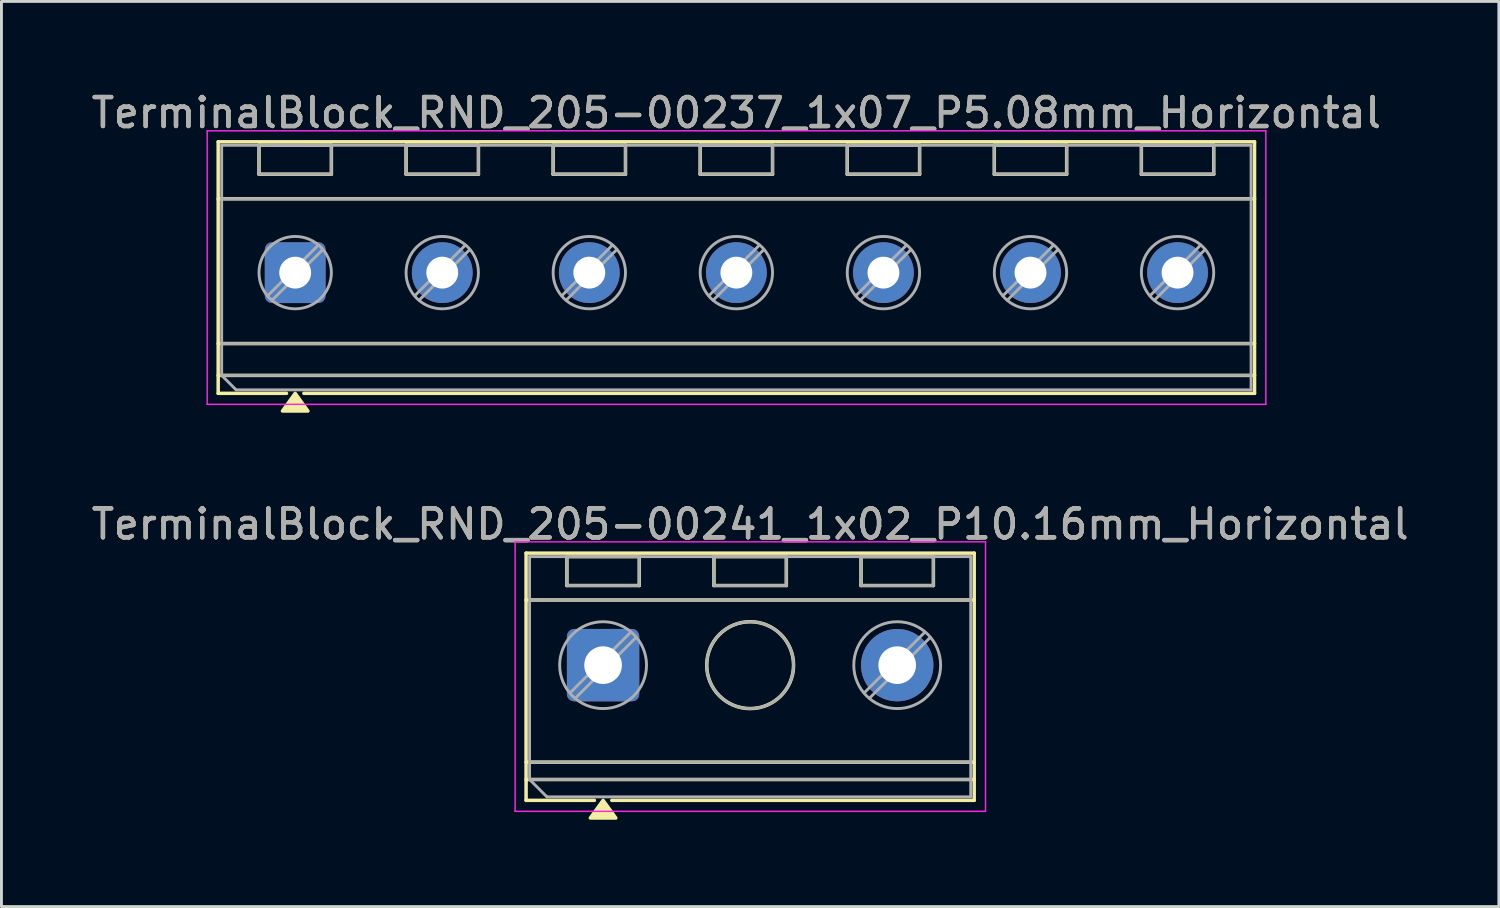
<source format=kicad_pcb>
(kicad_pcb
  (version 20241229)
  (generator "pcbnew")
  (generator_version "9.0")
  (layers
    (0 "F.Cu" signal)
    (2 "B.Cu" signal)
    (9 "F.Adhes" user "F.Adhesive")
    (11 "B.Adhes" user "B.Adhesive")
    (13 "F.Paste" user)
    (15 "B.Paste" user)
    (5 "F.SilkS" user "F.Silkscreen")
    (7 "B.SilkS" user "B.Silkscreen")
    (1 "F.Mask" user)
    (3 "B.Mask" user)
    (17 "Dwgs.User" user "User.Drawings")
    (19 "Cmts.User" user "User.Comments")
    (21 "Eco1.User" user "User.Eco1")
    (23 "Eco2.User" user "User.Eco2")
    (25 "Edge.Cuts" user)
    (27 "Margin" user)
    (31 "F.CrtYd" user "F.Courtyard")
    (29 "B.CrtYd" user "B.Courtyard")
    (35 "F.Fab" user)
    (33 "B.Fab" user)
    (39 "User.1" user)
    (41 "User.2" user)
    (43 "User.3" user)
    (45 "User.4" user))
  (footprint "TerminalBlock_RND_205-00241_1x02_P10.16mm_Horizontal"
    (layer "F.Cu")
    (at 17.783 19.927)
    (property "Reference" "TerminalBlock_RND_205-00241_1x02_P10.16mm_Horizontal" (at 5.08 -4.87 0) (layer "F.SilkS") (effects (font (size 1 1) (thickness 0.15))))
    (attr through_hole)
    (fp_line (start -2.66 -3.87) (end -2.66 4.67) (stroke (width 0.12) (type solid)) (layer "F.SilkS"))
    (fp_line (start -2.66 -3.87) (end 12.82 -3.87) (stroke (width 0.12) (type solid)) (layer "F.SilkS"))
    (fp_line (start -2.66 -2.25) (end 12.82 -2.25) (stroke (width 0.12) (type solid)) (layer "F.SilkS"))
    (fp_line (start -2.66 3.35) (end 12.82 3.35) (stroke (width 0.12) (type solid)) (layer "F.SilkS"))
    (fp_line (start -2.66 3.95) (end 12.82 3.95) (stroke (width 0.12) (type solid)) (layer "F.SilkS"))
    (fp_line (start -2.66 4.67) (end -0.3 4.67) (stroke (width 0.12) (type solid)) (layer "F.SilkS"))
    (fp_line (start -1.25 -3.75) (end -1.25 -2.75) (stroke (width 0.12) (type solid)) (layer "F.SilkS"))
    (fp_line (start -1.25 -3.75) (end 1.25 -3.75) (stroke (width 0.12) (type solid)) (layer "F.SilkS"))
    (fp_line (start -1.25 -2.75) (end 1.25 -2.75) (stroke (width 0.12) (type solid)) (layer "F.SilkS"))
    (fp_line (start 0.3 4.67) (end 12.82 4.67) (stroke (width 0.12) (type solid)) (layer "F.SilkS"))
    (fp_line (start 1.25 -3.75) (end 1.25 -2.75) (stroke (width 0.12) (type solid)) (layer "F.SilkS"))
    (fp_line (start 3.83 -3.75) (end 3.83 -2.75) (stroke (width 0.12) (type solid)) (layer "F.SilkS"))
    (fp_line (start 3.83 -3.75) (end 6.33 -3.75) (stroke (width 0.12) (type solid)) (layer "F.SilkS"))
    (fp_line (start 3.83 -2.75) (end 6.33 -2.75) (stroke (width 0.12) (type solid)) (layer "F.SilkS"))
    (fp_line (start 6.33 -3.75) (end 6.33 -2.75) (stroke (width 0.12) (type solid)) (layer "F.SilkS"))
    (fp_line (start 8.91 -3.75) (end 8.91 -2.75) (stroke (width 0.12) (type solid)) (layer "F.SilkS"))
    (fp_line (start 8.91 -3.75) (end 11.41 -3.75) (stroke (width 0.12) (type solid)) (layer "F.SilkS"))
    (fp_line (start 8.91 -2.75) (end 11.41 -2.75) (stroke (width 0.12) (type solid)) (layer "F.SilkS"))
    (fp_line (start 11.41 -3.75) (end 11.41 -2.75) (stroke (width 0.12) (type solid)) (layer "F.SilkS"))
    (fp_line (start 12.82 -3.87) (end 12.82 4.67) (stroke (width 0.12) (type solid)) (layer "F.SilkS"))
    (fp_circle (center 5.08 0) (end 6.58 0) (stroke (width 0.12) (type solid)) (fill no) (layer "F.SilkS"))
    (fp_poly (pts (xy 0 4.67) (xy 0.44 5.28) (xy -0.44 5.28)) (stroke (width 0.12) (type solid)) (fill yes) (layer "F.SilkS"))
    (fp_line (start -3.04 -4.26) (end -3.04 5.05) (stroke (width 0.05) (type solid)) (layer "F.CrtYd"))
    (fp_line (start -3.04 5.05) (end 13.21 5.05) (stroke (width 0.05) (type solid)) (layer "F.CrtYd"))
    (fp_line (start 13.21 -4.26) (end -3.04 -4.26) (stroke (width 0.05) (type solid)) (layer "F.CrtYd"))
    (fp_line (start 13.21 5.05) (end 13.21 -4.26) (stroke (width 0.05) (type solid)) (layer "F.CrtYd"))
    (fp_line (start -2.54 -3.75) (end 12.7 -3.75) (stroke (width 0.1) (type solid)) (layer "F.Fab"))
    (fp_line (start -2.54 -2.25) (end 12.7 -2.25) (stroke (width 0.1) (type solid)) (layer "F.Fab"))
    (fp_line (start -2.54 3.35) (end 12.7 3.35) (stroke (width 0.1) (type solid)) (layer "F.Fab"))
    (fp_line (start -2.54 3.95) (end -2.54 -3.75) (stroke (width 0.1) (type solid)) (layer "F.Fab"))
    (fp_line (start -2.54 3.95) (end 12.7 3.95) (stroke (width 0.1) (type solid)) (layer "F.Fab"))
    (fp_line (start -1.94 4.55) (end -2.54 3.95) (stroke (width 0.1) (type solid)) (layer "F.Fab"))
    (fp_line (start -1.25 -3.75) (end -1.25 -2.75) (stroke (width 0.1) (type solid)) (layer "F.Fab"))
    (fp_line (start -1.25 -2.75) (end 1.25 -2.75) (stroke (width 0.1) (type solid)) (layer "F.Fab"))
    (fp_line (start 0.955 -1.138) (end -1.138 0.955) (stroke (width 0.1) (type solid)) (layer "F.Fab"))
    (fp_line (start 1.138 -0.955) (end -0.955 1.138) (stroke (width 0.1) (type solid)) (layer "F.Fab"))
    (fp_line (start 1.25 -3.75) (end -1.25 -3.75) (stroke (width 0.1) (type solid)) (layer "F.Fab"))
    (fp_line (start 1.25 -2.75) (end 1.25 -3.75) (stroke (width 0.1) (type solid)) (layer "F.Fab"))
    (fp_line (start 3.83 -3.75) (end 3.83 -2.75) (stroke (width 0.1) (type solid)) (layer "F.Fab"))
    (fp_line (start 3.83 -2.75) (end 6.33 -2.75) (stroke (width 0.1) (type solid)) (layer "F.Fab"))
    (fp_line (start 6.33 -3.75) (end 3.83 -3.75) (stroke (width 0.1) (type solid)) (layer "F.Fab"))
    (fp_line (start 6.33 -2.75) (end 6.33 -3.75) (stroke (width 0.1) (type solid)) (layer "F.Fab"))
    (fp_line (start 8.91 -3.75) (end 8.91 -2.75) (stroke (width 0.1) (type solid)) (layer "F.Fab"))
    (fp_line (start 8.91 -2.75) (end 11.41 -2.75) (stroke (width 0.1) (type solid)) (layer "F.Fab"))
    (fp_line (start 11.115 -1.138) (end 9.022 0.955) (stroke (width 0.1) (type solid)) (layer "F.Fab"))
    (fp_line (start 11.298 -0.955) (end 9.205 1.138) (stroke (width 0.1) (type solid)) (layer "F.Fab"))
    (fp_line (start 11.41 -3.75) (end 8.91 -3.75) (stroke (width 0.1) (type solid)) (layer "F.Fab"))
    (fp_line (start 11.41 -2.75) (end 11.41 -3.75) (stroke (width 0.1) (type solid)) (layer "F.Fab"))
    (fp_line (start 12.7 -3.75) (end 12.7 4.55) (stroke (width 0.1) (type solid)) (layer "F.Fab"))
    (fp_line (start 12.7 4.55) (end -1.94 4.55) (stroke (width 0.1) (type solid)) (layer "F.Fab"))
    (fp_circle (center 0 0) (end 1.5 0) (stroke (width 0.1) (type solid)) (fill no) (layer "F.Fab"))
    (fp_circle (center 5.08 0) (end 6.58 0) (stroke (width 0.1) (type solid)) (fill no) (layer "F.Fab"))
    (fp_circle (center 10.16 0) (end 11.66 0) (stroke (width 0.1) (type solid)) (fill no) (layer "F.Fab"))
    (fp_text user "${REFERENCE}" (at 5.08 -4.87 0) (layer "F.Fab") (effects (font (size 1 1) (thickness 0.15))))
    (pad "1" thru_hole roundrect (at 0 0) (size 2.5 2.5) (drill 1.3) (layers "*.Cu" "*.Mask") (roundrect_rratio 0.1))
    (pad "2" thru_hole circle (at 10.16 0) (size 2.5 2.5) (drill 1.3) (layers "*.Cu" "*.Mask")))
  (footprint "TerminalBlock_RND_205-00237_1x07_P5.08mm_Horizontal"
    (layer "F.Cu")
    (at 7.147 6.368)
    (property "Reference" "TerminalBlock_RND_205-00237_1x07_P5.08mm_Horizontal" (at 15.24 -5.52 0) (layer "F.SilkS") (effects (font (size 1 1) (thickness 0.15))))
    (attr through_hole)
    (fp_line (start -2.66 -4.52) (end -2.66 4.17) (stroke (width 0.12) (type solid)) (layer "F.SilkS"))
    (fp_line (start -2.66 -4.52) (end 33.14 -4.52) (stroke (width 0.12) (type solid)) (layer "F.SilkS"))
    (fp_line (start -2.66 -2.55) (end 33.14 -2.55) (stroke (width 0.12) (type solid)) (layer "F.SilkS"))
    (fp_line (start -2.66 2.45) (end 33.14 2.45) (stroke (width 0.12) (type solid)) (layer "F.SilkS"))
    (fp_line (start -2.66 3.55) (end 33.14 3.55) (stroke (width 0.12) (type solid)) (layer "F.SilkS"))
    (fp_line (start -2.66 4.17) (end -0.3 4.17) (stroke (width 0.12) (type solid)) (layer "F.SilkS"))
    (fp_line (start -1.25 -4.4) (end -1.25 -3.4) (stroke (width 0.12) (type solid)) (layer "F.SilkS"))
    (fp_line (start -1.25 -4.4) (end 1.25 -4.4) (stroke (width 0.12) (type solid)) (layer "F.SilkS"))
    (fp_line (start -1.25 -3.4) (end 1.25 -3.4) (stroke (width 0.12) (type solid)) (layer "F.SilkS"))
    (fp_line (start 0.3 4.17) (end 33.14 4.17) (stroke (width 0.12) (type solid)) (layer "F.SilkS"))
    (fp_line (start 1.25 -4.4) (end 1.25 -3.4) (stroke (width 0.12) (type solid)) (layer "F.SilkS"))
    (fp_line (start 3.83 -4.4) (end 3.83 -3.4) (stroke (width 0.12) (type solid)) (layer "F.SilkS"))
    (fp_line (start 3.83 -4.4) (end 6.33 -4.4) (stroke (width 0.12) (type solid)) (layer "F.SilkS"))
    (fp_line (start 3.83 -3.4) (end 6.33 -3.4) (stroke (width 0.12) (type solid)) (layer "F.SilkS"))
    (fp_line (start 6.33 -4.4) (end 6.33 -3.4) (stroke (width 0.12) (type solid)) (layer "F.SilkS"))
    (fp_line (start 8.91 -4.4) (end 8.91 -3.4) (stroke (width 0.12) (type solid)) (layer "F.SilkS"))
    (fp_line (start 8.91 -4.4) (end 11.41 -4.4) (stroke (width 0.12) (type solid)) (layer "F.SilkS"))
    (fp_line (start 8.91 -3.4) (end 11.41 -3.4) (stroke (width 0.12) (type solid)) (layer "F.SilkS"))
    (fp_line (start 11.41 -4.4) (end 11.41 -3.4) (stroke (width 0.12) (type solid)) (layer "F.SilkS"))
    (fp_line (start 13.99 -4.4) (end 13.99 -3.4) (stroke (width 0.12) (type solid)) (layer "F.SilkS"))
    (fp_line (start 13.99 -4.4) (end 16.49 -4.4) (stroke (width 0.12) (type solid)) (layer "F.SilkS"))
    (fp_line (start 13.99 -3.4) (end 16.49 -3.4) (stroke (width 0.12) (type solid)) (layer "F.SilkS"))
    (fp_line (start 16.49 -4.4) (end 16.49 -3.4) (stroke (width 0.12) (type solid)) (layer "F.SilkS"))
    (fp_line (start 19.07 -4.4) (end 19.07 -3.4) (stroke (width 0.12) (type solid)) (layer "F.SilkS"))
    (fp_line (start 19.07 -4.4) (end 21.57 -4.4) (stroke (width 0.12) (type solid)) (layer "F.SilkS"))
    (fp_line (start 19.07 -3.4) (end 21.57 -3.4) (stroke (width 0.12) (type solid)) (layer "F.SilkS"))
    (fp_line (start 21.57 -4.4) (end 21.57 -3.4) (stroke (width 0.12) (type solid)) (layer "F.SilkS"))
    (fp_line (start 24.15 -4.4) (end 24.15 -3.4) (stroke (width 0.12) (type solid)) (layer "F.SilkS"))
    (fp_line (start 24.15 -4.4) (end 26.65 -4.4) (stroke (width 0.12) (type solid)) (layer "F.SilkS"))
    (fp_line (start 24.15 -3.4) (end 26.65 -3.4) (stroke (width 0.12) (type solid)) (layer "F.SilkS"))
    (fp_line (start 26.65 -4.4) (end 26.65 -3.4) (stroke (width 0.12) (type solid)) (layer "F.SilkS"))
    (fp_line (start 29.23 -4.4) (end 29.23 -3.4) (stroke (width 0.12) (type solid)) (layer "F.SilkS"))
    (fp_line (start 29.23 -4.4) (end 31.73 -4.4) (stroke (width 0.12) (type solid)) (layer "F.SilkS"))
    (fp_line (start 29.23 -3.4) (end 31.73 -3.4) (stroke (width 0.12) (type solid)) (layer "F.SilkS"))
    (fp_line (start 31.73 -4.4) (end 31.73 -3.4) (stroke (width 0.12) (type solid)) (layer "F.SilkS"))
    (fp_line (start 33.14 -4.52) (end 33.14 4.17) (stroke (width 0.12) (type solid)) (layer "F.SilkS"))
    (fp_poly (pts (xy 0 4.17) (xy 0.44 4.78) (xy -0.44 4.78)) (stroke (width 0.12) (type solid)) (fill yes) (layer "F.SilkS"))
    (fp_line (start -3.04 -4.9) (end -3.04 4.55) (stroke (width 0.05) (type solid)) (layer "F.CrtYd"))
    (fp_line (start -3.04 4.55) (end 33.53 4.55) (stroke (width 0.05) (type solid)) (layer "F.CrtYd"))
    (fp_line (start 33.53 -4.9) (end -3.04 -4.9) (stroke (width 0.05) (type solid)) (layer "F.CrtYd"))
    (fp_line (start 33.53 4.55) (end 33.53 -4.9) (stroke (width 0.05) (type solid)) (layer "F.CrtYd"))
    (fp_line (start -2.54 -4.4) (end 33.02 -4.4) (stroke (width 0.1) (type solid)) (layer "F.Fab"))
    (fp_line (start -2.54 -2.55) (end 33.02 -2.55) (stroke (width 0.1) (type solid)) (layer "F.Fab"))
    (fp_line (start -2.54 2.45) (end 33.02 2.45) (stroke (width 0.1) (type solid)) (layer "F.Fab"))
    (fp_line (start -2.54 3.55) (end -2.54 -4.4) (stroke (width 0.1) (type solid)) (layer "F.Fab"))
    (fp_line (start -2.54 3.55) (end 33.02 3.55) (stroke (width 0.1) (type solid)) (layer "F.Fab"))
    (fp_line (start -2.04 4.05) (end -2.54 3.55) (stroke (width 0.1) (type solid)) (layer "F.Fab"))
    (fp_line (start -1.25 -4.4) (end -1.25 -3.4) (stroke (width 0.1) (type solid)) (layer "F.Fab"))
    (fp_line (start -1.25 -3.4) (end 1.25 -3.4) (stroke (width 0.1) (type solid)) (layer "F.Fab"))
    (fp_line (start 0.795 -0.948) (end -0.948 0.795) (stroke (width 0.1) (type solid)) (layer "F.Fab"))
    (fp_line (start 0.948 -0.795) (end -0.795 0.948) (stroke (width 0.1) (type solid)) (layer "F.Fab"))
    (fp_line (start 1.25 -4.4) (end -1.25 -4.4) (stroke (width 0.1) (type solid)) (layer "F.Fab"))
    (fp_line (start 1.25 -3.4) (end 1.25 -4.4) (stroke (width 0.1) (type solid)) (layer "F.Fab"))
    (fp_line (start 3.83 -4.4) (end 3.83 -3.4) (stroke (width 0.1) (type solid)) (layer "F.Fab"))
    (fp_line (start 3.83 -3.4) (end 6.33 -3.4) (stroke (width 0.1) (type solid)) (layer "F.Fab"))
    (fp_line (start 5.875 -0.948) (end 4.132 0.795) (stroke (width 0.1) (type solid)) (layer "F.Fab"))
    (fp_line (start 6.028 -0.795) (end 4.285 0.948) (stroke (width 0.1) (type solid)) (layer "F.Fab"))
    (fp_line (start 6.33 -4.4) (end 3.83 -4.4) (stroke (width 0.1) (type solid)) (layer "F.Fab"))
    (fp_line (start 6.33 -3.4) (end 6.33 -4.4) (stroke (width 0.1) (type solid)) (layer "F.Fab"))
    (fp_line (start 8.91 -4.4) (end 8.91 -3.4) (stroke (width 0.1) (type solid)) (layer "F.Fab"))
    (fp_line (start 8.91 -3.4) (end 11.41 -3.4) (stroke (width 0.1) (type solid)) (layer "F.Fab"))
    (fp_line (start 10.955 -0.948) (end 9.212 0.795) (stroke (width 0.1) (type solid)) (layer "F.Fab"))
    (fp_line (start 11.108 -0.795) (end 9.365 0.948) (stroke (width 0.1) (type solid)) (layer "F.Fab"))
    (fp_line (start 11.41 -4.4) (end 8.91 -4.4) (stroke (width 0.1) (type solid)) (layer "F.Fab"))
    (fp_line (start 11.41 -3.4) (end 11.41 -4.4) (stroke (width 0.1) (type solid)) (layer "F.Fab"))
    (fp_line (start 13.99 -4.4) (end 13.99 -3.4) (stroke (width 0.1) (type solid)) (layer "F.Fab"))
    (fp_line (start 13.99 -3.4) (end 16.49 -3.4) (stroke (width 0.1) (type solid)) (layer "F.Fab"))
    (fp_line (start 16.035 -0.948) (end 14.292 0.795) (stroke (width 0.1) (type solid)) (layer "F.Fab"))
    (fp_line (start 16.188 -0.795) (end 14.445 0.948) (stroke (width 0.1) (type solid)) (layer "F.Fab"))
    (fp_line (start 16.49 -4.4) (end 13.99 -4.4) (stroke (width 0.1) (type solid)) (layer "F.Fab"))
    (fp_line (start 16.49 -3.4) (end 16.49 -4.4) (stroke (width 0.1) (type solid)) (layer "F.Fab"))
    (fp_line (start 19.07 -4.4) (end 19.07 -3.4) (stroke (width 0.1) (type solid)) (layer "F.Fab"))
    (fp_line (start 19.07 -3.4) (end 21.57 -3.4) (stroke (width 0.1) (type solid)) (layer "F.Fab"))
    (fp_line (start 21.115 -0.948) (end 19.372 0.795) (stroke (width 0.1) (type solid)) (layer "F.Fab"))
    (fp_line (start 21.268 -0.795) (end 19.525 0.948) (stroke (width 0.1) (type solid)) (layer "F.Fab"))
    (fp_line (start 21.57 -4.4) (end 19.07 -4.4) (stroke (width 0.1) (type solid)) (layer "F.Fab"))
    (fp_line (start 21.57 -3.4) (end 21.57 -4.4) (stroke (width 0.1) (type solid)) (layer "F.Fab"))
    (fp_line (start 24.15 -4.4) (end 24.15 -3.4) (stroke (width 0.1) (type solid)) (layer "F.Fab"))
    (fp_line (start 24.15 -3.4) (end 26.65 -3.4) (stroke (width 0.1) (type solid)) (layer "F.Fab"))
    (fp_line (start 26.195 -0.948) (end 24.452 0.795) (stroke (width 0.1) (type solid)) (layer "F.Fab"))
    (fp_line (start 26.348 -0.795) (end 24.605 0.948) (stroke (width 0.1) (type solid)) (layer "F.Fab"))
    (fp_line (start 26.65 -4.4) (end 24.15 -4.4) (stroke (width 0.1) (type solid)) (layer "F.Fab"))
    (fp_line (start 26.65 -3.4) (end 26.65 -4.4) (stroke (width 0.1) (type solid)) (layer "F.Fab"))
    (fp_line (start 29.23 -4.4) (end 29.23 -3.4) (stroke (width 0.1) (type solid)) (layer "F.Fab"))
    (fp_line (start 29.23 -3.4) (end 31.73 -3.4) (stroke (width 0.1) (type solid)) (layer "F.Fab"))
    (fp_line (start 31.275 -0.948) (end 29.532 0.795) (stroke (width 0.1) (type solid)) (layer "F.Fab"))
    (fp_line (start 31.428 -0.795) (end 29.685 0.948) (stroke (width 0.1) (type solid)) (layer "F.Fab"))
    (fp_line (start 31.73 -4.4) (end 29.23 -4.4) (stroke (width 0.1) (type solid)) (layer "F.Fab"))
    (fp_line (start 31.73 -3.4) (end 31.73 -4.4) (stroke (width 0.1) (type solid)) (layer "F.Fab"))
    (fp_line (start 33.02 -4.4) (end 33.02 4.05) (stroke (width 0.1) (type solid)) (layer "F.Fab"))
    (fp_line (start 33.02 4.05) (end -2.04 4.05) (stroke (width 0.1) (type solid)) (layer "F.Fab"))
    (fp_circle (center 0 0) (end 1.25 0) (stroke (width 0.1) (type solid)) (fill no) (layer "F.Fab"))
    (fp_circle (center 5.08 0) (end 6.33 0) (stroke (width 0.1) (type solid)) (fill no) (layer "F.Fab"))
    (fp_circle (center 10.16 0) (end 11.41 0) (stroke (width 0.1) (type solid)) (fill no) (layer "F.Fab"))
    (fp_circle (center 15.24 0) (end 16.49 0) (stroke (width 0.1) (type solid)) (fill no) (layer "F.Fab"))
    (fp_circle (center 20.32 0) (end 21.57 0) (stroke (width 0.1) (type solid)) (fill no) (layer "F.Fab"))
    (fp_circle (center 25.4 0) (end 26.65 0) (stroke (width 0.1) (type solid)) (fill no) (layer "F.Fab"))
    (fp_circle (center 30.48 0) (end 31.73 0) (stroke (width 0.1) (type solid)) (fill no) (layer "F.Fab"))
    (fp_text user "${REFERENCE}" (at 15.24 -5.52 0) (layer "F.Fab") (effects (font (size 1 1) (thickness 0.15))))
    (pad "1" thru_hole roundrect (at 0 0) (size 2.1 2.1) (drill 1.1) (layers "*.Cu" "*.Mask") (roundrect_rratio 0.119))
    (pad "2" thru_hole circle (at 5.08 0) (size 2.1 2.1) (drill 1.1) (layers "*.Cu" "*.Mask"))
    (pad "3" thru_hole circle (at 10.16 0) (size 2.1 2.1) (drill 1.1) (layers "*.Cu" "*.Mask"))
    (pad "4" thru_hole circle (at 15.24 0) (size 2.1 2.1) (drill 1.1) (layers "*.Cu" "*.Mask"))
    (pad "5" thru_hole circle (at 20.32 0) (size 2.1 2.1) (drill 1.1) (layers "*.Cu" "*.Mask"))
    (pad "6" thru_hole circle (at 25.4 0) (size 2.1 2.1) (drill 1.1) (layers "*.Cu" "*.Mask"))
    (pad "7" thru_hole circle (at 30.48 0) (size 2.1 2.1) (drill 1.1) (layers "*.Cu" "*.Mask")))
  (gr_rect
    (start -3 -3)
    (end 48.726 28.267)
    (stroke (width 0.1) (type default))
    (fill no)
    (layer "Edge.Cuts")))
</source>
